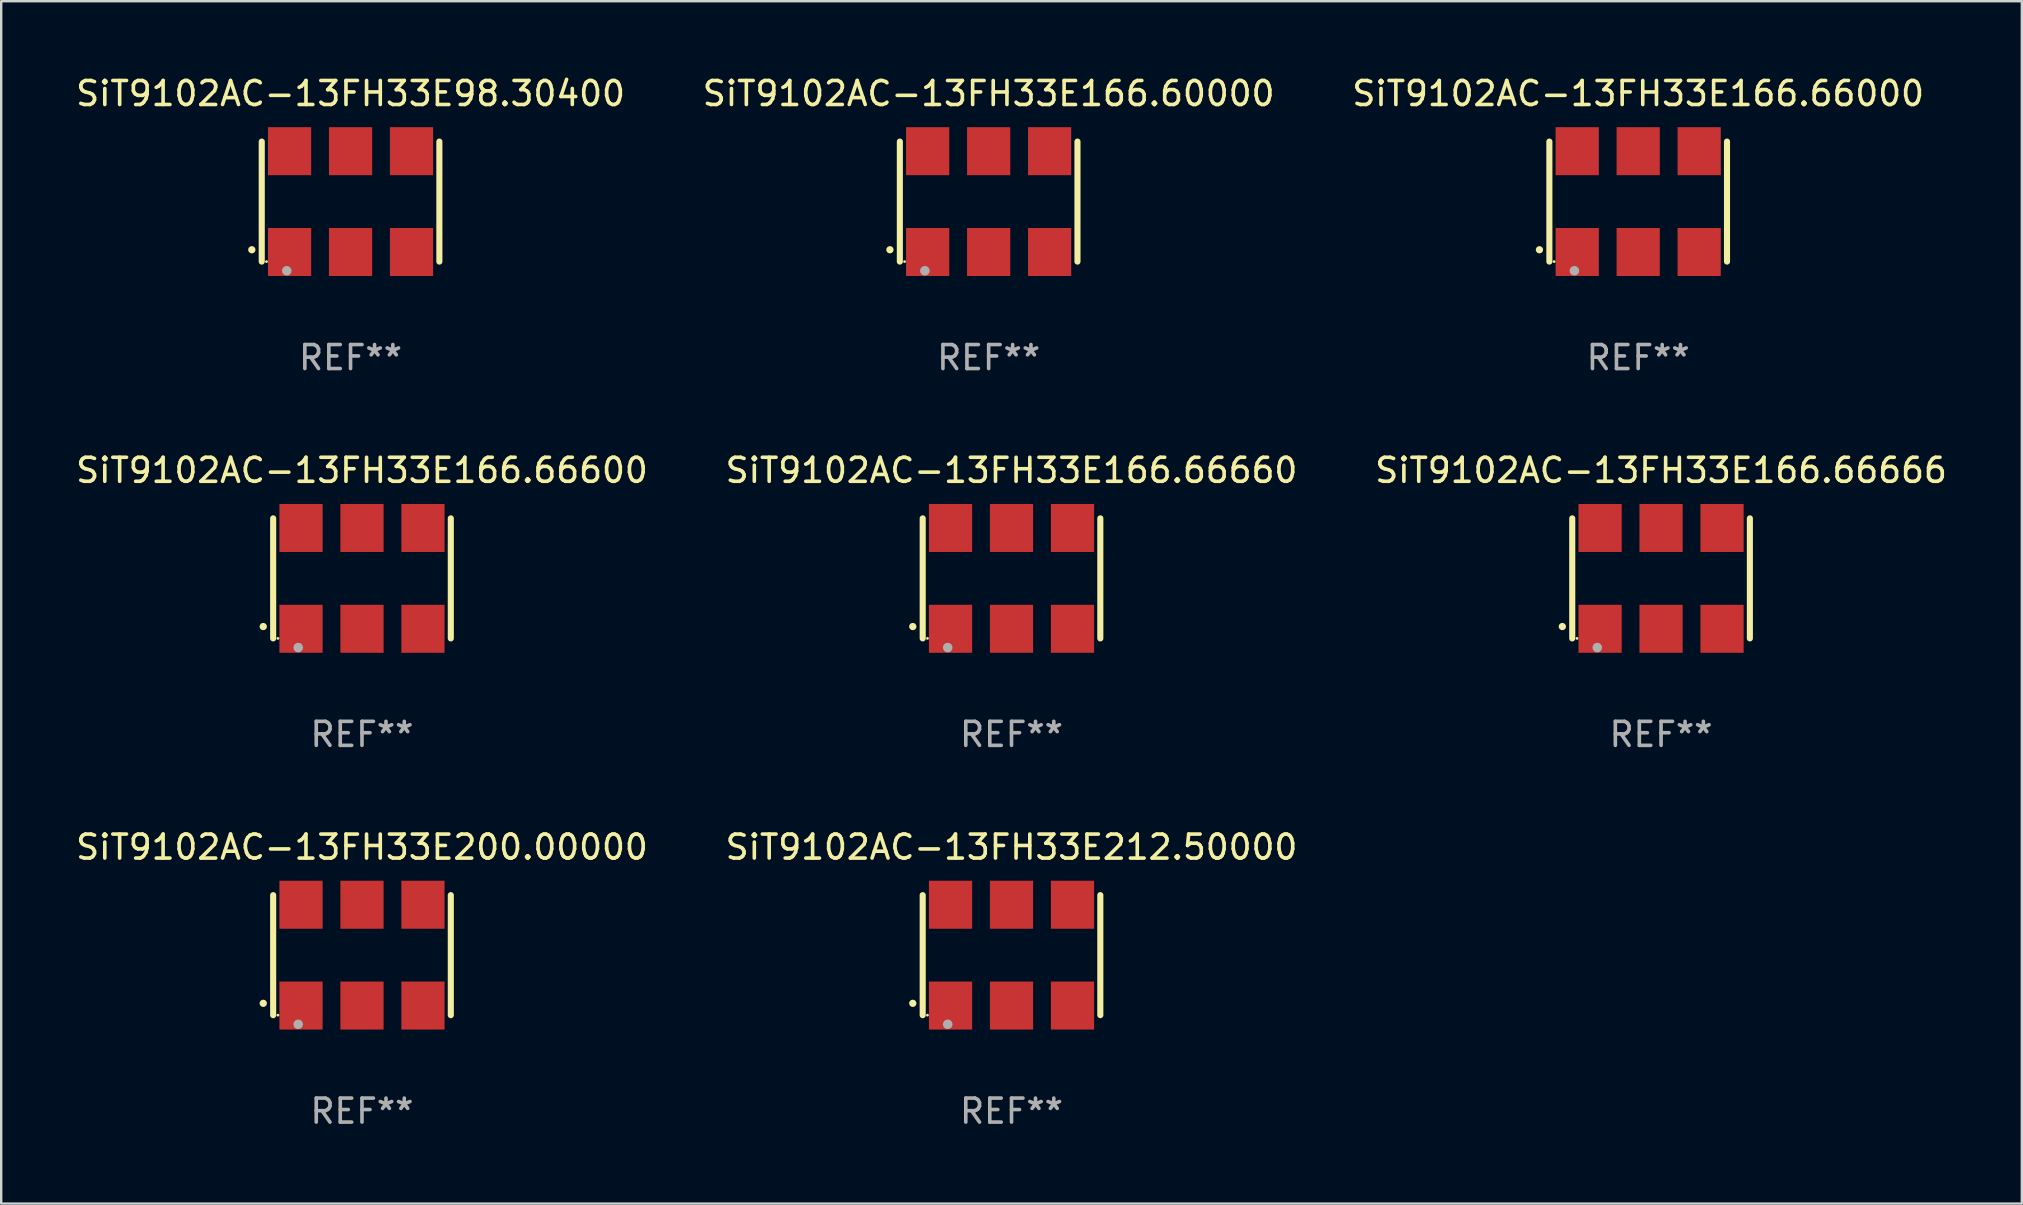
<source format=kicad_pcb>
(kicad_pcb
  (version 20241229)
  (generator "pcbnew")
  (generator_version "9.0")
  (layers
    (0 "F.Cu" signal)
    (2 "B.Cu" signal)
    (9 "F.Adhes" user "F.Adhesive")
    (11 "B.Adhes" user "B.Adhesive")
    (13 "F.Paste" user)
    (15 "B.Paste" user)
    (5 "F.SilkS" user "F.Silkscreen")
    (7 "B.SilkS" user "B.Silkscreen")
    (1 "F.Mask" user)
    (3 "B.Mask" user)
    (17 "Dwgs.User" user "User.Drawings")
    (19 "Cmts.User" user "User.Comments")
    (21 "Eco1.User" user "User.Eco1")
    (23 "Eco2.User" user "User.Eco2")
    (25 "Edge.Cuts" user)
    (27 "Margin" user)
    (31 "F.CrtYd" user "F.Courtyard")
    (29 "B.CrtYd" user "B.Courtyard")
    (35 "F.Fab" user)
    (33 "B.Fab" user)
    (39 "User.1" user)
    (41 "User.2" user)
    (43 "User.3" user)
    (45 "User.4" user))
  (footprint "SiT9102AC-13FH33E200.00000"
    (layer "F.Cu")
    (at 12.03 36.741)
    (property "Reference" "SiT9102AC-13FH33E200.00000" (at 0 -4.5 0) (layer "F.SilkS") (effects (font (size 1 1) (thickness 0.15))))
    (attr through_hole)
    (fp_line (start -3.7 -2.5) (end -3.7 2.5) (stroke (width 0.254) (type solid)) (layer "F.SilkS"))
    (fp_line (start 3.7 -2.5) (end 3.7 2.5) (stroke (width 0.254) (type solid)) (layer "F.SilkS"))
    (fp_arc (start -4.114415 2.006604) (mid -4.113145 2.006599) (end -4.111875 2.006604) (stroke (width 0.3) (type solid)) (layer "F.SilkS"))
    (fp_circle (center -3.502 2.5) (end -3.472 2.5) (stroke (width 0.06) (type solid)) (fill no) (layer "F.SilkS"))
    (fp_circle (center -2.657 2.882) (end -2.557 2.882) (stroke (width 0.2) (type solid)) (fill no) (layer "F.Fab"))
    (fp_text user "REF**" (at 0 6.5 0) (layer "F.Fab") (effects (font (size 1 1) (thickness 0.15))))
    (pad "1" smd rect (at -2.54 2.1) (size 1.8 2) (layers "F.Cu" "F.Mask" "F.Paste"))
    (pad "2" smd rect (at 0.000394 2.1) (size 1.8 2) (layers "F.Cu" "F.Mask" "F.Paste"))
    (pad "3" smd rect (at 2.54 2.1) (size 1.8 2) (layers "F.Cu" "F.Mask" "F.Paste"))
    (pad "4" smd rect (at 2.54 -2.1) (size 1.8 2) (layers "F.Cu" "F.Mask" "F.Paste"))
    (pad "5" smd rect (at 0.000394 -2.1) (size 1.8 2) (layers "F.Cu" "F.Mask" "F.Paste"))
    (pad "6" smd rect (at -2.54 -2.1) (size 1.8 2) (layers "F.Cu" "F.Mask" "F.Paste")))
  (footprint "SiT9102AC-13FH33E98.30400"
    (layer "F.Cu")
    (at 11.554 5.348)
    (property "Reference" "SiT9102AC-13FH33E98.30400" (at 0 -4.5 0) (layer "F.SilkS") (effects (font (size 1 1) (thickness 0.15))))
    (attr through_hole)
    (fp_line (start -3.7 -2.5) (end -3.7 2.5) (stroke (width 0.254) (type solid)) (layer "F.SilkS"))
    (fp_line (start 3.7 -2.5) (end 3.7 2.5) (stroke (width 0.254) (type solid)) (layer "F.SilkS"))
    (fp_arc (start -4.114415 2.006604) (mid -4.113145 2.006599) (end -4.111875 2.006604) (stroke (width 0.3) (type solid)) (layer "F.SilkS"))
    (fp_circle (center -3.502 2.5) (end -3.472 2.5) (stroke (width 0.06) (type solid)) (fill no) (layer "F.SilkS"))
    (fp_circle (center -2.657 2.882) (end -2.557 2.882) (stroke (width 0.2) (type solid)) (fill no) (layer "F.Fab"))
    (fp_text user "REF**" (at 0 6.5 0) (layer "F.Fab") (effects (font (size 1 1) (thickness 0.15))))
    (pad "1" smd rect (at -2.54 2.1) (size 1.8 2) (layers "F.Cu" "F.Mask" "F.Paste"))
    (pad "2" smd rect (at 0.000394 2.1) (size 1.8 2) (layers "F.Cu" "F.Mask" "F.Paste"))
    (pad "3" smd rect (at 2.54 2.1) (size 1.8 2) (layers "F.Cu" "F.Mask" "F.Paste"))
    (pad "4" smd rect (at 2.54 -2.1) (size 1.8 2) (layers "F.Cu" "F.Mask" "F.Paste"))
    (pad "5" smd rect (at 0.000394 -2.1) (size 1.8 2) (layers "F.Cu" "F.Mask" "F.Paste"))
    (pad "6" smd rect (at -2.54 -2.1) (size 1.8 2) (layers "F.Cu" "F.Mask" "F.Paste")))
  (footprint "SiT9102AC-13FH33E166.60000"
    (layer "F.Cu")
    (at 38.137 5.348)
    (property "Reference" "SiT9102AC-13FH33E166.60000" (at 0 -4.5 0) (layer "F.SilkS") (effects (font (size 1 1) (thickness 0.15))))
    (attr through_hole)
    (fp_line (start -3.7 -2.5) (end -3.7 2.5) (stroke (width 0.254) (type solid)) (layer "F.SilkS"))
    (fp_line (start 3.7 -2.5) (end 3.7 2.5) (stroke (width 0.254) (type solid)) (layer "F.SilkS"))
    (fp_arc (start -4.114415 2.006604) (mid -4.113145 2.006599) (end -4.111875 2.006604) (stroke (width 0.3) (type solid)) (layer "F.SilkS"))
    (fp_circle (center -3.502 2.5) (end -3.472 2.5) (stroke (width 0.06) (type solid)) (fill no) (layer "F.SilkS"))
    (fp_circle (center -2.657 2.882) (end -2.557 2.882) (stroke (width 0.2) (type solid)) (fill no) (layer "F.Fab"))
    (fp_text user "REF**" (at 0 6.5 0) (layer "F.Fab") (effects (font (size 1 1) (thickness 0.15))))
    (pad "1" smd rect (at -2.54 2.1) (size 1.8 2) (layers "F.Cu" "F.Mask" "F.Paste"))
    (pad "2" smd rect (at 0.000394 2.1) (size 1.8 2) (layers "F.Cu" "F.Mask" "F.Paste"))
    (pad "3" smd rect (at 2.54 2.1) (size 1.8 2) (layers "F.Cu" "F.Mask" "F.Paste"))
    (pad "4" smd rect (at 2.54 -2.1) (size 1.8 2) (layers "F.Cu" "F.Mask" "F.Paste"))
    (pad "5" smd rect (at 0.000394 -2.1) (size 1.8 2) (layers "F.Cu" "F.Mask" "F.Paste"))
    (pad "6" smd rect (at -2.54 -2.1) (size 1.8 2) (layers "F.Cu" "F.Mask" "F.Paste")))
  (footprint "SiT9102AC-13FH33E166.66660"
    (layer "F.Cu")
    (at 39.089 21.045)
    (property "Reference" "SiT9102AC-13FH33E166.66660" (at 0 -4.5 0) (layer "F.SilkS") (effects (font (size 1 1) (thickness 0.15))))
    (attr through_hole)
    (fp_line (start -3.7 -2.5) (end -3.7 2.5) (stroke (width 0.254) (type solid)) (layer "F.SilkS"))
    (fp_line (start 3.7 -2.5) (end 3.7 2.5) (stroke (width 0.254) (type solid)) (layer "F.SilkS"))
    (fp_arc (start -4.114415 2.006604) (mid -4.113145 2.006599) (end -4.111875 2.006604) (stroke (width 0.3) (type solid)) (layer "F.SilkS"))
    (fp_circle (center -3.502 2.5) (end -3.472 2.5) (stroke (width 0.06) (type solid)) (fill no) (layer "F.SilkS"))
    (fp_circle (center -2.657 2.882) (end -2.557 2.882) (stroke (width 0.2) (type solid)) (fill no) (layer "F.Fab"))
    (fp_text user "REF**" (at 0 6.5 0) (layer "F.Fab") (effects (font (size 1 1) (thickness 0.15))))
    (pad "1" smd rect (at -2.54 2.1) (size 1.8 2) (layers "F.Cu" "F.Mask" "F.Paste"))
    (pad "2" smd rect (at 0.000394 2.1) (size 1.8 2) (layers "F.Cu" "F.Mask" "F.Paste"))
    (pad "3" smd rect (at 2.54 2.1) (size 1.8 2) (layers "F.Cu" "F.Mask" "F.Paste"))
    (pad "4" smd rect (at 2.54 -2.1) (size 1.8 2) (layers "F.Cu" "F.Mask" "F.Paste"))
    (pad "5" smd rect (at 0.000394 -2.1) (size 1.8 2) (layers "F.Cu" "F.Mask" "F.Paste"))
    (pad "6" smd rect (at -2.54 -2.1) (size 1.8 2) (layers "F.Cu" "F.Mask" "F.Paste")))
  (footprint "SiT9102AC-13FH33E212.50000"
    (layer "F.Cu")
    (at 39.089 36.741)
    (property "Reference" "SiT9102AC-13FH33E212.50000" (at 0 -4.5 0) (layer "F.SilkS") (effects (font (size 1 1) (thickness 0.15))))
    (attr through_hole)
    (fp_line (start -3.7 -2.5) (end -3.7 2.5) (stroke (width 0.254) (type solid)) (layer "F.SilkS"))
    (fp_line (start 3.7 -2.5) (end 3.7 2.5) (stroke (width 0.254) (type solid)) (layer "F.SilkS"))
    (fp_arc (start -4.114415 2.006604) (mid -4.113145 2.006599) (end -4.111875 2.006604) (stroke (width 0.3) (type solid)) (layer "F.SilkS"))
    (fp_circle (center -3.502 2.5) (end -3.472 2.5) (stroke (width 0.06) (type solid)) (fill no) (layer "F.SilkS"))
    (fp_circle (center -2.657 2.882) (end -2.557 2.882) (stroke (width 0.2) (type solid)) (fill no) (layer "F.Fab"))
    (fp_text user "REF**" (at 0 6.5 0) (layer "F.Fab") (effects (font (size 1 1) (thickness 0.15))))
    (pad "1" smd rect (at -2.54 2.1) (size 1.8 2) (layers "F.Cu" "F.Mask" "F.Paste"))
    (pad "2" smd rect (at 0.000394 2.1) (size 1.8 2) (layers "F.Cu" "F.Mask" "F.Paste"))
    (pad "3" smd rect (at 2.54 2.1) (size 1.8 2) (layers "F.Cu" "F.Mask" "F.Paste"))
    (pad "4" smd rect (at 2.54 -2.1) (size 1.8 2) (layers "F.Cu" "F.Mask" "F.Paste"))
    (pad "5" smd rect (at 0.000394 -2.1) (size 1.8 2) (layers "F.Cu" "F.Mask" "F.Paste"))
    (pad "6" smd rect (at -2.54 -2.1) (size 1.8 2) (layers "F.Cu" "F.Mask" "F.Paste")))
  (footprint "SiT9102AC-13FH33E166.66666"
    (layer "F.Cu")
    (at 66.149 21.045)
    (property "Reference" "SiT9102AC-13FH33E166.66666" (at 0 -4.5 0) (layer "F.SilkS") (effects (font (size 1 1) (thickness 0.15))))
    (attr through_hole)
    (fp_line (start -3.7 -2.5) (end -3.7 2.5) (stroke (width 0.254) (type solid)) (layer "F.SilkS"))
    (fp_line (start 3.7 -2.5) (end 3.7 2.5) (stroke (width 0.254) (type solid)) (layer "F.SilkS"))
    (fp_arc (start -4.114415 2.006604) (mid -4.113145 2.006599) (end -4.111875 2.006604) (stroke (width 0.3) (type solid)) (layer "F.SilkS"))
    (fp_circle (center -3.502 2.5) (end -3.472 2.5) (stroke (width 0.06) (type solid)) (fill no) (layer "F.SilkS"))
    (fp_circle (center -2.657 2.882) (end -2.557 2.882) (stroke (width 0.2) (type solid)) (fill no) (layer "F.Fab"))
    (fp_text user "REF**" (at 0 6.5 0) (layer "F.Fab") (effects (font (size 1 1) (thickness 0.15))))
    (pad "1" smd rect (at -2.54 2.1) (size 1.8 2) (layers "F.Cu" "F.Mask" "F.Paste"))
    (pad "2" smd rect (at 0.000394 2.1) (size 1.8 2) (layers "F.Cu" "F.Mask" "F.Paste"))
    (pad "3" smd rect (at 2.54 2.1) (size 1.8 2) (layers "F.Cu" "F.Mask" "F.Paste"))
    (pad "4" smd rect (at 2.54 -2.1) (size 1.8 2) (layers "F.Cu" "F.Mask" "F.Paste"))
    (pad "5" smd rect (at 0.000394 -2.1) (size 1.8 2) (layers "F.Cu" "F.Mask" "F.Paste"))
    (pad "6" smd rect (at -2.54 -2.1) (size 1.8 2) (layers "F.Cu" "F.Mask" "F.Paste")))
  (footprint "SiT9102AC-13FH33E166.66600"
    (layer "F.Cu")
    (at 12.03 21.045)
    (property "Reference" "SiT9102AC-13FH33E166.66600" (at 0 -4.5 0) (layer "F.SilkS") (effects (font (size 1 1) (thickness 0.15))))
    (attr through_hole)
    (fp_line (start -3.7 -2.5) (end -3.7 2.5) (stroke (width 0.254) (type solid)) (layer "F.SilkS"))
    (fp_line (start 3.7 -2.5) (end 3.7 2.5) (stroke (width 0.254) (type solid)) (layer "F.SilkS"))
    (fp_arc (start -4.114415 2.006604) (mid -4.113145 2.006599) (end -4.111875 2.006604) (stroke (width 0.3) (type solid)) (layer "F.SilkS"))
    (fp_circle (center -3.502 2.5) (end -3.472 2.5) (stroke (width 0.06) (type solid)) (fill no) (layer "F.SilkS"))
    (fp_circle (center -2.657 2.882) (end -2.557 2.882) (stroke (width 0.2) (type solid)) (fill no) (layer "F.Fab"))
    (fp_text user "REF**" (at 0 6.5 0) (layer "F.Fab") (effects (font (size 1 1) (thickness 0.15))))
    (pad "1" smd rect (at -2.54 2.1) (size 1.8 2) (layers "F.Cu" "F.Mask" "F.Paste"))
    (pad "2" smd rect (at 0.000394 2.1) (size 1.8 2) (layers "F.Cu" "F.Mask" "F.Paste"))
    (pad "3" smd rect (at 2.54 2.1) (size 1.8 2) (layers "F.Cu" "F.Mask" "F.Paste"))
    (pad "4" smd rect (at 2.54 -2.1) (size 1.8 2) (layers "F.Cu" "F.Mask" "F.Paste"))
    (pad "5" smd rect (at 0.000394 -2.1) (size 1.8 2) (layers "F.Cu" "F.Mask" "F.Paste"))
    (pad "6" smd rect (at -2.54 -2.1) (size 1.8 2) (layers "F.Cu" "F.Mask" "F.Paste")))
  (footprint "SiT9102AC-13FH33E166.66000"
    (layer "F.Cu")
    (at 65.196 5.348)
    (property "Reference" "SiT9102AC-13FH33E166.66000" (at 0 -4.5 0) (layer "F.SilkS") (effects (font (size 1 1) (thickness 0.15))))
    (attr through_hole)
    (fp_line (start -3.7 -2.5) (end -3.7 2.5) (stroke (width 0.254) (type solid)) (layer "F.SilkS"))
    (fp_line (start 3.7 -2.5) (end 3.7 2.5) (stroke (width 0.254) (type solid)) (layer "F.SilkS"))
    (fp_arc (start -4.114415 2.006604) (mid -4.113145 2.006599) (end -4.111875 2.006604) (stroke (width 0.3) (type solid)) (layer "F.SilkS"))
    (fp_circle (center -3.502 2.5) (end -3.472 2.5) (stroke (width 0.06) (type solid)) (fill no) (layer "F.SilkS"))
    (fp_circle (center -2.657 2.882) (end -2.557 2.882) (stroke (width 0.2) (type solid)) (fill no) (layer "F.Fab"))
    (fp_text user "REF**" (at 0 6.5 0) (layer "F.Fab") (effects (font (size 1 1) (thickness 0.15))))
    (pad "1" smd rect (at -2.54 2.1) (size 1.8 2) (layers "F.Cu" "F.Mask" "F.Paste"))
    (pad "2" smd rect (at 0.000394 2.1) (size 1.8 2) (layers "F.Cu" "F.Mask" "F.Paste"))
    (pad "3" smd rect (at 2.54 2.1) (size 1.8 2) (layers "F.Cu" "F.Mask" "F.Paste"))
    (pad "4" smd rect (at 2.54 -2.1) (size 1.8 2) (layers "F.Cu" "F.Mask" "F.Paste"))
    (pad "5" smd rect (at 0.000394 -2.1) (size 1.8 2) (layers "F.Cu" "F.Mask" "F.Paste"))
    (pad "6" smd rect (at -2.54 -2.1) (size 1.8 2) (layers "F.Cu" "F.Mask" "F.Paste")))
  (gr_rect
    (start -3 -3)
    (end 81.179 47.09)
    (stroke (width 0.1) (type default))
    (fill no)
    (layer "Edge.Cuts")))
</source>
